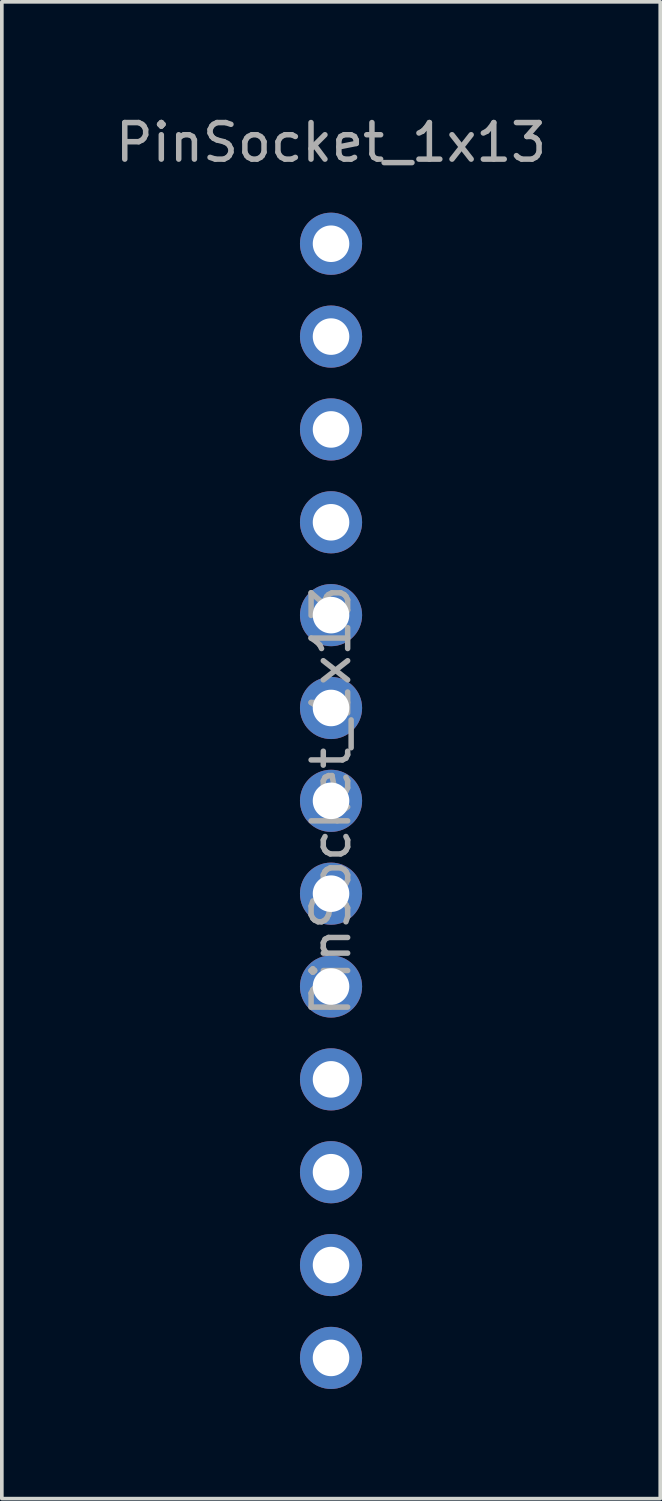
<source format=kicad_pcb>
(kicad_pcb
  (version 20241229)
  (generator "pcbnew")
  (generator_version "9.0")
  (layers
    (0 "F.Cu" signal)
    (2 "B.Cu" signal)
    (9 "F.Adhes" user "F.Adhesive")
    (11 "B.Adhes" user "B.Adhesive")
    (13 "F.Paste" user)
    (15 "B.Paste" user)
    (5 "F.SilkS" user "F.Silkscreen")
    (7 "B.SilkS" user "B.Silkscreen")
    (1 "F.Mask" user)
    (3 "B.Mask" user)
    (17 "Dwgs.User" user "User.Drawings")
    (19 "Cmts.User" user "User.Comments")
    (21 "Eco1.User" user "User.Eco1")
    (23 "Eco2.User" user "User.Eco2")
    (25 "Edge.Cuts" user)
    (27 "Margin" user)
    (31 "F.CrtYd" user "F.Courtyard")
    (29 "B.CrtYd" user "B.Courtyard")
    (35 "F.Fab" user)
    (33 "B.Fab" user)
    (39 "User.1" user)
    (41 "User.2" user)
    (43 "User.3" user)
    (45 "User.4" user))
  (footprint "PinSocket_1x13"
    (layer "F.Cu")
    (at 6.006 3.618)
    (property "Reference" "PinSocket_1x13" (at 0 -2.77 0) (layer "F.Fab") (effects (font (size 1 1) (thickness 0.15))))
    (attr through_hole)
    (fp_text user "${REFERENCE}" (at 0 15.24 90) (layer "F.Fab") (effects (font (size 1 1) (thickness 0.15))))
    (pad "1" thru_hole circle (at 0 0) (size 1.7 1.7) (drill 1) (layers "*.Cu" "*.Mask"))
    (pad "2" thru_hole oval (at 0 2.54) (size 1.7 1.7) (drill 1) (layers "*.Cu" "*.Mask"))
    (pad "3" thru_hole oval (at 0 5.08) (size 1.7 1.7) (drill 1) (layers "*.Cu" "*.Mask"))
    (pad "4" thru_hole oval (at 0 7.62) (size 1.7 1.7) (drill 1) (layers "*.Cu" "*.Mask"))
    (pad "5" thru_hole oval (at 0 10.16) (size 1.7 1.7) (drill 1) (layers "*.Cu" "*.Mask"))
    (pad "6" thru_hole oval (at 0 12.7) (size 1.7 1.7) (drill 1) (layers "*.Cu" "*.Mask"))
    (pad "7" thru_hole oval (at 0 15.24) (size 1.7 1.7) (drill 1) (layers "*.Cu" "*.Mask"))
    (pad "8" thru_hole oval (at 0 17.78) (size 1.7 1.7) (drill 1) (layers "*.Cu" "*.Mask"))
    (pad "9" thru_hole oval (at 0 20.32) (size 1.7 1.7) (drill 1) (layers "*.Cu" "*.Mask"))
    (pad "10" thru_hole oval (at 0 22.86) (size 1.7 1.7) (drill 1) (layers "*.Cu" "*.Mask"))
    (pad "11" thru_hole oval (at 0 25.4) (size 1.7 1.7) (drill 1) (layers "*.Cu" "*.Mask"))
    (pad "12" thru_hole oval (at 0 27.94) (size 1.7 1.7) (drill 1) (layers "*.Cu" "*.Mask"))
    (pad "13" thru_hole oval (at 0 30.48) (size 1.7 1.7) (drill 1) (layers "*.Cu" "*.Mask")))
  (gr_rect
    (start -3 -3)
    (end 15.012 37.948)
    (stroke (width 0.1) (type default))
    (fill no)
    (layer "Edge.Cuts")))
</source>
